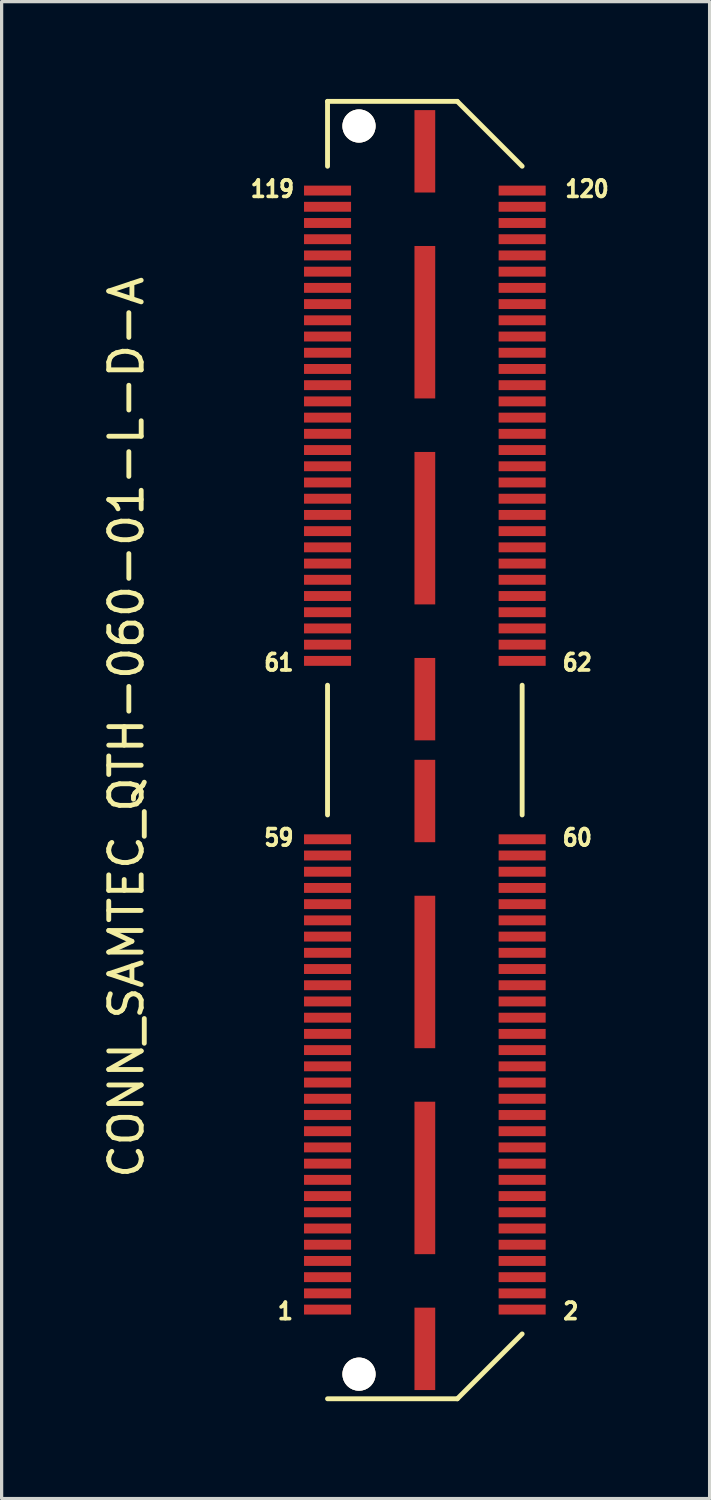
<source format=kicad_pcb>
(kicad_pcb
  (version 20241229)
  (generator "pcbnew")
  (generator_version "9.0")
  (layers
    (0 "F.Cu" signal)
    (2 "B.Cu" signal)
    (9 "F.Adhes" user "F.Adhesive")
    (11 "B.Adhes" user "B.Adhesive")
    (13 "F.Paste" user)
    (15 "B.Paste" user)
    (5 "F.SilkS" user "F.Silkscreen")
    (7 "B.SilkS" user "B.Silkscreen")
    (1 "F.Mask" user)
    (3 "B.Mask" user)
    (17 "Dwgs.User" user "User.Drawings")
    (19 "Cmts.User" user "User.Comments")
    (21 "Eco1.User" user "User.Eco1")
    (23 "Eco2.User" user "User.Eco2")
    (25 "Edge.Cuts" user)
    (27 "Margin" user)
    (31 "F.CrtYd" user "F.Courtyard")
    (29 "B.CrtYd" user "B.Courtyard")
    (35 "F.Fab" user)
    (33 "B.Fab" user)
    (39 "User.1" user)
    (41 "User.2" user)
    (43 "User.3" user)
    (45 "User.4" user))
  (footprint "CONN_SAMTEC_QTH-060-01-L-D-A"
    (layer "F.Cu")
    (at 10.048 20.075)
    (property "Reference" "CONN_SAMTEC_QTH-060-01-L-D-A" (at -9.2 -0.7 270) (layer "F.SilkS") (effects (font (size 1 1) (thickness 0.15))))
    (attr through_hole)
    (fp_line (start -3 -18) (end -3 -20) (stroke (width 0.15) (type solid)) (layer "F.SilkS"))
    (fp_line (start -3 -2) (end -3 2) (stroke (width 0.15) (type solid)) (layer "F.SilkS"))
    (fp_line (start 1 -20) (end -3 -20) (stroke (width 0.15) (type solid)) (layer "F.SilkS"))
    (fp_line (start 1 -20) (end 3 -18) (stroke (width 0.15) (type solid)) (layer "F.SilkS"))
    (fp_line (start 1 20) (end -3 20) (stroke (width 0.15) (type solid)) (layer "F.SilkS"))
    (fp_line (start 3 -2) (end 3 2) (stroke (width 0.15) (type solid)) (layer "F.SilkS"))
    (fp_line (start 3 18) (end 1 20) (stroke (width 0.15) (type solid)) (layer "F.SilkS"))
    (fp_text user "1" (at -4.3 17.3 0) (layer "F.SilkS") (effects (font (size 0.508 0.457) (thickness 0.114))))
    (fp_text user "61" (at -4.5 -2.7 0) (layer "F.SilkS") (effects (font (size 0.508 0.457) (thickness 0.114))))
    (fp_text user "59" (at -4.5 2.7 0) (layer "F.SilkS") (effects (font (size 0.508 0.457) (thickness 0.114))))
    (fp_text user "119" (at -4.7 -17.3 0) (layer "F.SilkS") (effects (font (size 0.508 0.457) (thickness 0.114))))
    (fp_text user "60" (at 4.7 2.7 0) (layer "F.SilkS") (effects (font (size 0.508 0.457) (thickness 0.114))))
    (fp_text user "2" (at 4.5 17.3 0) (layer "F.SilkS") (effects (font (size 0.508 0.457) (thickness 0.114))))
    (fp_text user "62" (at 4.7 -2.7 0) (layer "F.SilkS") (effects (font (size 0.508 0.457) (thickness 0.114))))
    (fp_text user "120" (at 5 -17.3 0) (layer "F.SilkS") (effects (font (size 0.508 0.457) (thickness 0.114))))
    (pad "" thru_hole circle (at -2.03 -19.24) (size 1.02 1.02) (drill 1.02) (layers "*.Cu" "*.Mask" "F.SilkS"))
    (pad "" thru_hole circle (at -2.03 19.24) (size 1.02 1.02) (drill 1.02) (layers "*.Cu" "*.Mask" "F.SilkS"))
    (pad "1" smd rect (at -3 17.25) (size 1.45 0.305) (layers "F.Cu" "F.Mask" "F.Paste"))
    (pad "2" smd rect (at 3 17.25) (size 1.45 0.305) (layers "F.Cu" "F.Mask" "F.Paste"))
    (pad "3" smd rect (at -3 16.75) (size 1.45 0.305) (layers "F.Cu" "F.Mask" "F.Paste"))
    (pad "4" smd rect (at 3 16.75) (size 1.45 0.305) (layers "F.Cu" "F.Mask" "F.Paste"))
    (pad "5" smd rect (at -3 16.25) (size 1.45 0.305) (layers "F.Cu" "F.Mask" "F.Paste"))
    (pad "6" smd rect (at 3 16.25) (size 1.45 0.305) (layers "F.Cu" "F.Mask" "F.Paste"))
    (pad "7" smd rect (at -3 15.75) (size 1.45 0.305) (layers "F.Cu" "F.Mask" "F.Paste"))
    (pad "8" smd rect (at 3 15.75) (size 1.45 0.305) (layers "F.Cu" "F.Mask" "F.Paste"))
    (pad "9" smd rect (at -3 15.25) (size 1.45 0.305) (layers "F.Cu" "F.Mask" "F.Paste"))
    (pad "10" smd rect (at 3 15.25) (size 1.45 0.305) (layers "F.Cu" "F.Mask" "F.Paste"))
    (pad "11" smd rect (at -3 14.75) (size 1.45 0.305) (layers "F.Cu" "F.Mask" "F.Paste"))
    (pad "12" smd rect (at 3 14.75) (size 1.45 0.305) (layers "F.Cu" "F.Mask" "F.Paste"))
    (pad "13" smd rect (at -3 14.25) (size 1.45 0.305) (layers "F.Cu" "F.Mask" "F.Paste"))
    (pad "14" smd rect (at 3 14.25) (size 1.45 0.305) (layers "F.Cu" "F.Mask" "F.Paste"))
    (pad "15" smd rect (at -3 13.75) (size 1.45 0.305) (layers "F.Cu" "F.Mask" "F.Paste"))
    (pad "16" smd rect (at 3 13.75) (size 1.45 0.305) (layers "F.Cu" "F.Mask" "F.Paste"))
    (pad "17" smd rect (at -3 13.25) (size 1.45 0.305) (layers "F.Cu" "F.Mask" "F.Paste"))
    (pad "18" smd rect (at 3 13.25) (size 1.45 0.305) (layers "F.Cu" "F.Mask" "F.Paste"))
    (pad "19" smd rect (at -3 12.75) (size 1.45 0.305) (layers "F.Cu" "F.Mask" "F.Paste"))
    (pad "20" smd rect (at 3 12.75) (size 1.45 0.305) (layers "F.Cu" "F.Mask" "F.Paste"))
    (pad "21" smd rect (at -3 12.25) (size 1.45 0.305) (layers "F.Cu" "F.Mask" "F.Paste"))
    (pad "22" smd rect (at 3 12.25) (size 1.45 0.305) (layers "F.Cu" "F.Mask" "F.Paste"))
    (pad "23" smd rect (at -3 11.75) (size 1.45 0.305) (layers "F.Cu" "F.Mask" "F.Paste"))
    (pad "24" smd rect (at 3 11.75) (size 1.45 0.305) (layers "F.Cu" "F.Mask" "F.Paste"))
    (pad "25" smd rect (at -3 11.25) (size 1.45 0.305) (layers "F.Cu" "F.Mask" "F.Paste"))
    (pad "26" smd rect (at 3 11.25) (size 1.45 0.305) (layers "F.Cu" "F.Mask" "F.Paste"))
    (pad "27" smd rect (at -3 10.75) (size 1.45 0.305) (layers "F.Cu" "F.Mask" "F.Paste"))
    (pad "28" smd rect (at 3 10.75) (size 1.45 0.305) (layers "F.Cu" "F.Mask" "F.Paste"))
    (pad "29" smd rect (at -3 10.25) (size 1.45 0.305) (layers "F.Cu" "F.Mask" "F.Paste"))
    (pad "30" smd rect (at 3 10.25) (size 1.45 0.305) (layers "F.Cu" "F.Mask" "F.Paste"))
    (pad "31" smd rect (at -3 9.75) (size 1.45 0.305) (layers "F.Cu" "F.Mask" "F.Paste"))
    (pad "32" smd rect (at 3 9.75) (size 1.45 0.305) (layers "F.Cu" "F.Mask" "F.Paste"))
    (pad "33" smd rect (at -3 9.25) (size 1.45 0.305) (layers "F.Cu" "F.Mask" "F.Paste"))
    (pad "34" smd rect (at 3 9.25) (size 1.45 0.305) (layers "F.Cu" "F.Mask" "F.Paste"))
    (pad "35" smd rect (at -3 8.75) (size 1.45 0.305) (layers "F.Cu" "F.Mask" "F.Paste"))
    (pad "36" smd rect (at 3 8.75) (size 1.45 0.305) (layers "F.Cu" "F.Mask" "F.Paste"))
    (pad "37" smd rect (at -3 8.25) (size 1.45 0.305) (layers "F.Cu" "F.Mask" "F.Paste"))
    (pad "38" smd rect (at 3 8.25) (size 1.45 0.305) (layers "F.Cu" "F.Mask" "F.Paste"))
    (pad "39" smd rect (at -3 7.75) (size 1.45 0.305) (layers "F.Cu" "F.Mask" "F.Paste"))
    (pad "40" smd rect (at 3 7.75) (size 1.45 0.305) (layers "F.Cu" "F.Mask" "F.Paste"))
    (pad "41" smd rect (at -3 7.25) (size 1.45 0.305) (layers "F.Cu" "F.Mask" "F.Paste"))
    (pad "42" smd rect (at 3 7.25) (size 1.45 0.305) (layers "F.Cu" "F.Mask" "F.Paste"))
    (pad "43" smd rect (at -3 6.75) (size 1.45 0.305) (layers "F.Cu" "F.Mask" "F.Paste"))
    (pad "44" smd rect (at 3 6.75) (size 1.45 0.305) (layers "F.Cu" "F.Mask" "F.Paste"))
    (pad "45" smd rect (at -3 6.25) (size 1.45 0.305) (layers "F.Cu" "F.Mask" "F.Paste"))
    (pad "46" smd rect (at 3 6.25) (size 1.45 0.305) (layers "F.Cu" "F.Mask" "F.Paste"))
    (pad "47" smd rect (at -3 5.75) (size 1.45 0.305) (layers "F.Cu" "F.Mask" "F.Paste"))
    (pad "48" smd rect (at 3 5.75) (size 1.45 0.305) (layers "F.Cu" "F.Mask" "F.Paste"))
    (pad "49" smd rect (at -3 5.25) (size 1.45 0.305) (layers "F.Cu" "F.Mask" "F.Paste"))
    (pad "50" smd rect (at 3 5.25) (size 1.45 0.305) (layers "F.Cu" "F.Mask" "F.Paste"))
    (pad "51" smd rect (at -3 4.75) (size 1.45 0.305) (layers "F.Cu" "F.Mask" "F.Paste"))
    (pad "52" smd rect (at 3 4.75) (size 1.45 0.305) (layers "F.Cu" "F.Mask" "F.Paste"))
    (pad "53" smd rect (at -3 4.25) (size 1.45 0.305) (layers "F.Cu" "F.Mask" "F.Paste"))
    (pad "54" smd rect (at 3 4.25) (size 1.45 0.305) (layers "F.Cu" "F.Mask" "F.Paste"))
    (pad "55" smd rect (at -3 3.75) (size 1.45 0.305) (layers "F.Cu" "F.Mask" "F.Paste"))
    (pad "56" smd rect (at 3 3.75) (size 1.45 0.305) (layers "F.Cu" "F.Mask" "F.Paste"))
    (pad "57" smd rect (at -3 3.25) (size 1.45 0.305) (layers "F.Cu" "F.Mask" "F.Paste"))
    (pad "58" smd rect (at 3 3.25) (size 1.45 0.305) (layers "F.Cu" "F.Mask" "F.Paste"))
    (pad "59" smd rect (at -3 2.75) (size 1.45 0.305) (layers "F.Cu" "F.Mask" "F.Paste"))
    (pad "60" smd rect (at 3 2.75) (size 1.45 0.305) (layers "F.Cu" "F.Mask" "F.Paste"))
    (pad "61" smd rect (at -3 -2.75) (size 1.45 0.305) (layers "F.Cu" "F.Mask" "F.Paste"))
    (pad "62" smd rect (at 3 -2.75) (size 1.45 0.305) (layers "F.Cu" "F.Mask" "F.Paste"))
    (pad "63" smd rect (at -3 -3.25) (size 1.45 0.305) (layers "F.Cu" "F.Mask" "F.Paste"))
    (pad "64" smd rect (at 3 -3.25) (size 1.45 0.305) (layers "F.Cu" "F.Mask" "F.Paste"))
    (pad "65" smd rect (at -3 -3.75) (size 1.45 0.305) (layers "F.Cu" "F.Mask" "F.Paste"))
    (pad "66" smd rect (at 3 -3.75) (size 1.45 0.305) (layers "F.Cu" "F.Mask" "F.Paste"))
    (pad "67" smd rect (at -3 -4.25) (size 1.45 0.305) (layers "F.Cu" "F.Mask" "F.Paste"))
    (pad "68" smd rect (at 3 -4.25) (size 1.45 0.305) (layers "F.Cu" "F.Mask" "F.Paste"))
    (pad "69" smd rect (at -3 -4.75) (size 1.45 0.305) (layers "F.Cu" "F.Mask" "F.Paste"))
    (pad "70" smd rect (at 3 -4.75) (size 1.45 0.305) (layers "F.Cu" "F.Mask" "F.Paste"))
    (pad "71" smd rect (at -3 -5.25) (size 1.45 0.305) (layers "F.Cu" "F.Mask" "F.Paste"))
    (pad "72" smd rect (at 3 -5.25) (size 1.45 0.305) (layers "F.Cu" "F.Mask" "F.Paste"))
    (pad "73" smd rect (at -3 -5.75) (size 1.45 0.305) (layers "F.Cu" "F.Mask" "F.Paste"))
    (pad "74" smd rect (at 3 -5.75) (size 1.45 0.305) (layers "F.Cu" "F.Mask" "F.Paste"))
    (pad "75" smd rect (at -3 -6.25) (size 1.45 0.305) (layers "F.Cu" "F.Mask" "F.Paste"))
    (pad "76" smd rect (at 3 -6.25) (size 1.45 0.305) (layers "F.Cu" "F.Mask" "F.Paste"))
    (pad "77" smd rect (at -3 -6.75) (size 1.45 0.305) (layers "F.Cu" "F.Mask" "F.Paste"))
    (pad "78" smd rect (at 3 -6.75) (size 1.45 0.305) (layers "F.Cu" "F.Mask" "F.Paste"))
    (pad "79" smd rect (at -3 -7.25) (size 1.45 0.305) (layers "F.Cu" "F.Mask" "F.Paste"))
    (pad "80" smd rect (at 3 -7.25) (size 1.45 0.305) (layers "F.Cu" "F.Mask" "F.Paste"))
    (pad "81" smd rect (at -3 -7.75) (size 1.45 0.305) (layers "F.Cu" "F.Mask" "F.Paste"))
    (pad "82" smd rect (at 3 -7.75) (size 1.45 0.305) (layers "F.Cu" "F.Mask" "F.Paste"))
    (pad "83" smd rect (at -3 -8.25) (size 1.45 0.305) (layers "F.Cu" "F.Mask" "F.Paste"))
    (pad "84" smd rect (at 3 -8.25) (size 1.45 0.305) (layers "F.Cu" "F.Mask" "F.Paste"))
    (pad "85" smd rect (at -3 -8.75) (size 1.45 0.305) (layers "F.Cu" "F.Mask" "F.Paste"))
    (pad "86" smd rect (at 3 -8.75) (size 1.45 0.305) (layers "F.Cu" "F.Mask" "F.Paste"))
    (pad "87" smd rect (at -3 -9.25) (size 1.45 0.305) (layers "F.Cu" "F.Mask" "F.Paste"))
    (pad "88" smd rect (at 3 -9.25) (size 1.45 0.305) (layers "F.Cu" "F.Mask" "F.Paste"))
    (pad "89" smd rect (at -3 -9.75) (size 1.45 0.305) (layers "F.Cu" "F.Mask" "F.Paste"))
    (pad "90" smd rect (at 3 -9.75) (size 1.45 0.305) (layers "F.Cu" "F.Mask" "F.Paste"))
    (pad "91" smd rect (at -3 -10.25) (size 1.45 0.305) (layers "F.Cu" "F.Mask" "F.Paste"))
    (pad "92" smd rect (at 3 -10.25) (size 1.45 0.305) (layers "F.Cu" "F.Mask" "F.Paste"))
    (pad "93" smd rect (at -3 -10.75) (size 1.45 0.305) (layers "F.Cu" "F.Mask" "F.Paste"))
    (pad "94" smd rect (at 3 -10.75) (size 1.45 0.305) (layers "F.Cu" "F.Mask" "F.Paste"))
    (pad "95" smd rect (at -3 -11.25) (size 1.45 0.305) (layers "F.Cu" "F.Mask" "F.Paste"))
    (pad "96" smd rect (at 3 -11.25) (size 1.45 0.305) (layers "F.Cu" "F.Mask" "F.Paste"))
    (pad "97" smd rect (at -3 -11.75) (size 1.45 0.305) (layers "F.Cu" "F.Mask" "F.Paste"))
    (pad "98" smd rect (at 3 -11.75) (size 1.45 0.305) (layers "F.Cu" "F.Mask" "F.Paste"))
    (pad "99" smd rect (at -3 -12.25) (size 1.45 0.305) (layers "F.Cu" "F.Mask" "F.Paste"))
    (pad "100" smd rect (at 3 -12.25) (size 1.45 0.305) (layers "F.Cu" "F.Mask" "F.Paste"))
    (pad "101" smd rect (at -3 -12.75) (size 1.45 0.305) (layers "F.Cu" "F.Mask" "F.Paste"))
    (pad "102" smd rect (at 3 -12.75) (size 1.45 0.305) (layers "F.Cu" "F.Mask" "F.Paste"))
    (pad "103" smd rect (at -3 -13.25) (size 1.45 0.305) (layers "F.Cu" "F.Mask" "F.Paste"))
    (pad "104" smd rect (at 3 -13.25) (size 1.45 0.305) (layers "F.Cu" "F.Mask" "F.Paste"))
    (pad "105" smd rect (at -3 -13.75) (size 1.45 0.305) (layers "F.Cu" "F.Mask" "F.Paste"))
    (pad "106" smd rect (at 3 -13.75) (size 1.45 0.305) (layers "F.Cu" "F.Mask" "F.Paste"))
    (pad "107" smd rect (at -3 -14.25) (size 1.45 0.305) (layers "F.Cu" "F.Mask" "F.Paste"))
    (pad "108" smd rect (at 3 -14.25) (size 1.45 0.305) (layers "F.Cu" "F.Mask" "F.Paste"))
    (pad "109" smd rect (at -3 -14.75) (size 1.45 0.305) (layers "F.Cu" "F.Mask" "F.Paste"))
    (pad "110" smd rect (at 3 -14.75) (size 1.45 0.305) (layers "F.Cu" "F.Mask" "F.Paste"))
    (pad "111" smd rect (at -3 -15.25) (size 1.45 0.305) (layers "F.Cu" "F.Mask" "F.Paste"))
    (pad "112" smd rect (at 3 -15.25) (size 1.45 0.305) (layers "F.Cu" "F.Mask" "F.Paste"))
    (pad "113" smd rect (at -3 -15.75) (size 1.45 0.305) (layers "F.Cu" "F.Mask" "F.Paste"))
    (pad "114" smd rect (at 3 -15.75) (size 1.45 0.305) (layers "F.Cu" "F.Mask" "F.Paste"))
    (pad "115" smd rect (at -3 -16.25) (size 1.45 0.305) (layers "F.Cu" "F.Mask" "F.Paste"))
    (pad "116" smd rect (at 3 -16.25) (size 1.45 0.305) (layers "F.Cu" "F.Mask" "F.Paste"))
    (pad "117" smd rect (at -3 -16.75) (size 1.45 0.305) (layers "F.Cu" "F.Mask" "F.Paste"))
    (pad "118" smd rect (at 3 -16.75) (size 1.45 0.305) (layers "F.Cu" "F.Mask" "F.Paste"))
    (pad "119" smd rect (at -3 -17.25) (size 1.45 0.305) (layers "F.Cu" "F.Mask" "F.Paste"))
    (pad "120" smd rect (at 3 -17.25) (size 1.45 0.305) (layers "F.Cu" "F.Mask" "F.Paste"))
    (pad "121" smd rect (at 0 18.46) (size 0.64 2.54) (layers "F.Cu" "F.Mask" "F.Paste"))
    (pad "122" smd rect (at 0 13.191) (size 0.64 4.7) (layers "F.Cu" "F.Mask" "F.Paste"))
    (pad "123" smd rect (at 0 6.841) (size 0.64 4.7) (layers "F.Cu" "F.Mask" "F.Paste"))
    (pad "124" smd rect (at 0 1.57) (size 0.64 2.54) (layers "F.Cu" "F.Mask" "F.Paste"))
    (pad "125" smd rect (at 0 -1.57) (size 0.64 2.54) (layers "F.Cu" "F.Mask" "F.Paste"))
    (pad "126" smd rect (at 0 -6.841) (size 0.64 4.7) (layers "F.Cu" "F.Mask" "F.Paste"))
    (pad "127" smd rect (at 0 -13.191) (size 0.64 4.7) (layers "F.Cu" "F.Mask" "F.Paste"))
    (pad "128" smd rect (at 0 -18.46) (size 0.64 2.54) (layers "F.Cu" "F.Mask" "F.Paste")))
  (gr_rect
    (start -3 -3)
    (end 18.827 43.15)
    (stroke (width 0.1) (type default))
    (fill no)
    (layer "Edge.Cuts")))
</source>
